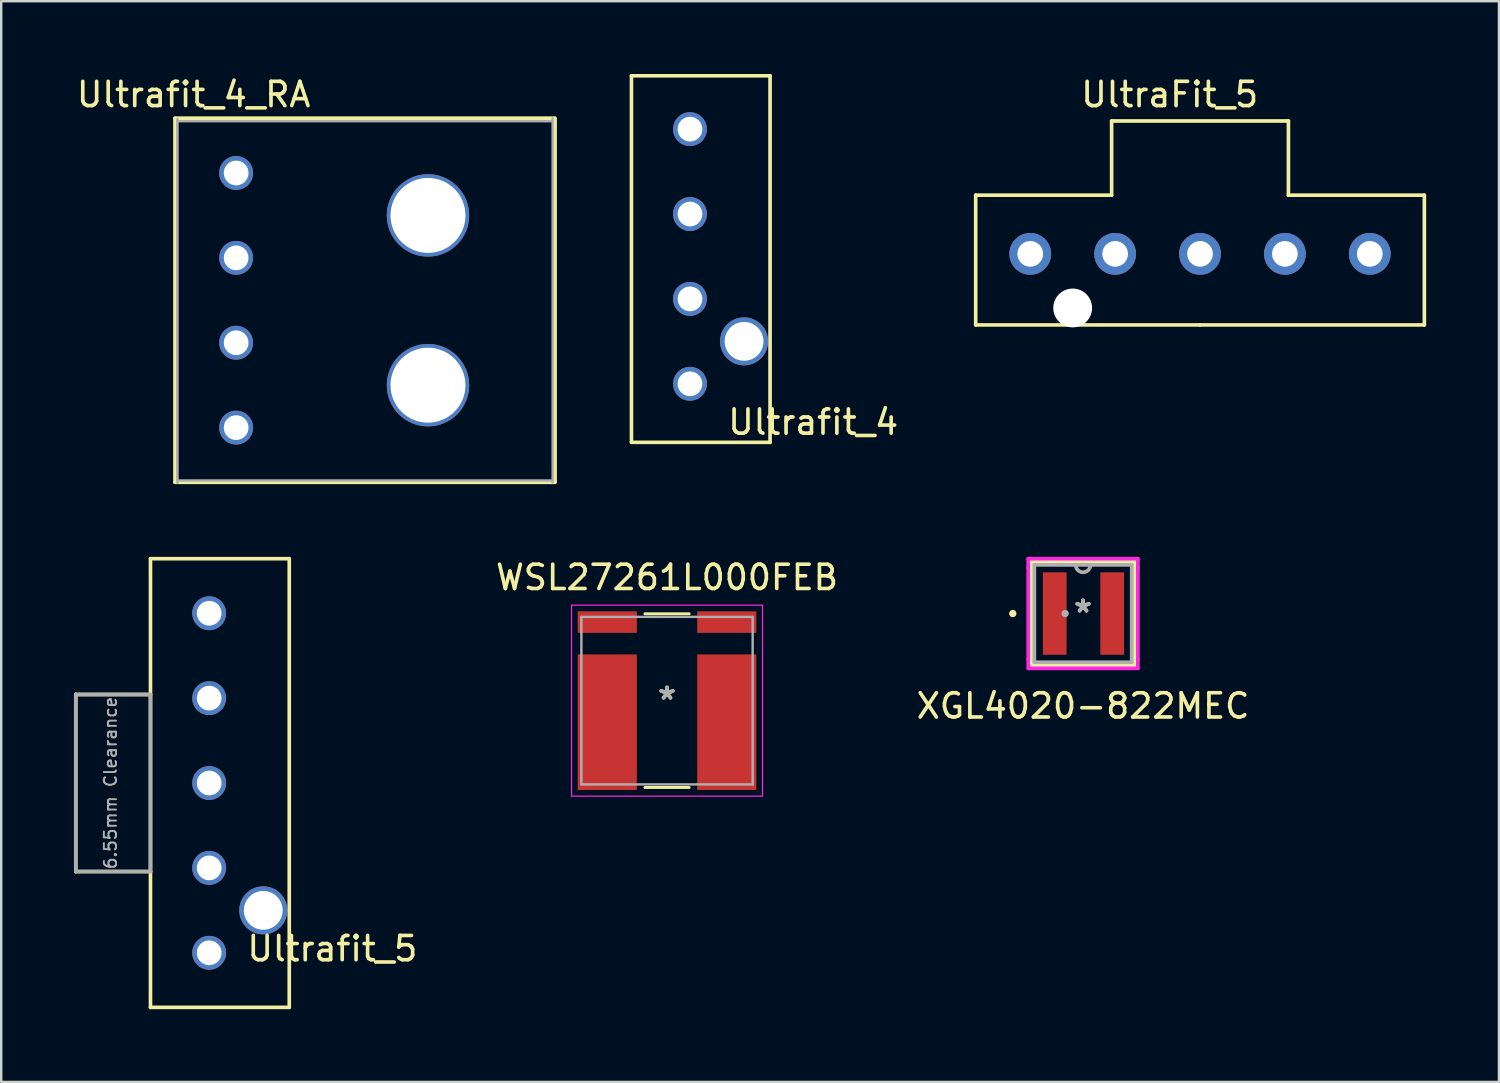
<source format=kicad_pcb>
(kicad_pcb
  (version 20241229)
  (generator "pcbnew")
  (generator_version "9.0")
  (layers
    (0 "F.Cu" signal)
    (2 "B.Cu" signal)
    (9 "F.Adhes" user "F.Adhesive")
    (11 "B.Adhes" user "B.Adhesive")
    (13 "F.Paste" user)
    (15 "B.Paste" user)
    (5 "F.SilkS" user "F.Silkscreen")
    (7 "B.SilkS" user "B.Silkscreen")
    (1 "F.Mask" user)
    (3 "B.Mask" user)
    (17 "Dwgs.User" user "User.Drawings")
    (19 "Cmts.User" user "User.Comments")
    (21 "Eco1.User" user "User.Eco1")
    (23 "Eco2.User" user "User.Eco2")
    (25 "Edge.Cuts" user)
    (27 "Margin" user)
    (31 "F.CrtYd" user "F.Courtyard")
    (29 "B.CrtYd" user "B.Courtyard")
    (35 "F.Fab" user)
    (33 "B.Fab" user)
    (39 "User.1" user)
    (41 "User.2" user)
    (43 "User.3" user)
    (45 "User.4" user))
  (footprint "UltraFit_5"
    (layer "F.Cu")
    (at 46.43 10.348)
    (property "Reference" "UltraFit_5" (at -1.25 -9.5 180) (layer "F.SilkS") (effects (font (size 1 1) (thickness 0.15))))
    (attr through_hole)
    (fp_line (start -9.25 -5.35) (end -3.645 -5.35) (stroke (width 0.15) (type solid)) (layer "F.SilkS"))
    (fp_line (start -9.25 0) (end -9.25 -5.35) (stroke (width 0.15) (type solid)) (layer "F.SilkS"))
    (fp_line (start -3.645 -5.35) (end -3.645 -8.41) (stroke (width 0.15) (type solid)) (layer "F.SilkS"))
    (fp_line (start 0 0) (end -9.25 0) (stroke (width 0.15) (type solid)) (layer "F.SilkS"))
    (fp_line (start 0 0) (end 9.25 0) (stroke (width 0.15) (type solid)) (layer "F.SilkS"))
    (fp_line (start 3.645 -8.41) (end -3.645 -8.41) (stroke (width 0.15) (type solid)) (layer "F.SilkS"))
    (fp_line (start 3.645 -5.35) (end 3.645 -8.41) (stroke (width 0.15) (type solid)) (layer "F.SilkS"))
    (fp_line (start 9.25 -5.35) (end 3.645 -5.35) (stroke (width 0.15) (type solid)) (layer "F.SilkS"))
    (fp_line (start 9.25 0) (end 9.25 -5.35) (stroke (width 0.15) (type solid)) (layer "F.SilkS"))
    (pad "" np_thru_hole circle (at -5.25 -0.7) (size 1.6 1.6) (drill 1.6) (layers "*.Cu" "*.Mask"))
    (pad "1" thru_hole circle (at -7 -2.93) (size 1.724 1.724) (drill 1.06) (layers "*.Cu" "*.Mask"))
    (pad "2" thru_hole circle (at -3.5 -2.93) (size 1.724 1.724) (drill 1.06) (layers "*.Cu" "*.Mask"))
    (pad "3" thru_hole circle (at 0 -2.93) (size 1.724 1.724) (drill 1.06) (layers "*.Cu" "*.Mask"))
    (pad "4" thru_hole circle (at 3.5 -2.93) (size 1.724 1.724) (drill 1.06) (layers "*.Cu" "*.Mask"))
    (pad "5" thru_hole circle (at 7 -2.93) (size 1.724 1.724) (drill 1.06) (layers "*.Cu" "*.Mask")))
  (footprint "Ultrafit_4_RA"
    (layer "F.Cu")
    (at 6.687 9.332)
    (property "Reference" "Ultrafit_4_RA" (at -1.753 -8.484 0) (layer "F.SilkS") (effects (font (size 1 1) (thickness 0.15))))
    (attr through_hole)
    (fp_line (start -2.525 -7.509) (end 13.135 -7.509) (stroke (width 0.15) (type solid)) (layer "F.SilkS"))
    (fp_line (start -2.525 7.504) (end 13.135 7.504) (stroke (width 0.15) (type solid)) (layer "F.SilkS"))
    (fp_line (start -2.522 7.5) (end -2.522 -7.5) (stroke (width 0.15) (type solid)) (layer "F.SilkS"))
    (fp_line (start 13.15 7.5) (end 13.15 -7.5) (stroke (width 0.15) (type solid)) (layer "F.SilkS"))
    (fp_line (start -2.419 7.525) (end -2.419 -7.475) (stroke (width 0.1) (type solid)) (layer "F.Fab"))
    (fp_line (start -2.4 7.43) (end 13.05 7.43) (stroke (width 0.1) (type solid)) (layer "F.Fab"))
    (fp_line (start 13.05 -7.384) (end -2.4 -7.384) (stroke (width 0.1) (type solid)) (layer "F.Fab"))
    (fp_line (start 13.05 7.5) (end 13.05 -7.5) (stroke (width 0.1) (type solid)) (layer "F.Fab"))
    (pad "" thru_hole circle (at 7.91 -3.5) (size 3.4 3.4) (drill 3.09) (layers "*.Cu" "*.Mask"))
    (pad "" thru_hole circle (at 7.91 3.5) (size 3.4 3.4) (drill 3.09) (layers "*.Cu" "*.Mask"))
    (pad "1" thru_hole circle (at 0 -5.25) (size 1.397 1.397) (drill 1.02) (layers "*.Cu" "*.Mask"))
    (pad "2" thru_hole circle (at 0 -1.75) (size 1.397 1.397) (drill 1.02) (layers "*.Cu" "*.Mask"))
    (pad "3" thru_hole circle (at 0 1.75) (size 1.397 1.397) (drill 1.02) (layers "*.Cu" "*.Mask"))
    (pad "4" thru_hole circle (at 0 5.25) (size 1.397 1.397) (drill 1.02) (layers "*.Cu" "*.Mask")))
  (footprint "WSL27261L000FEB"
    (layer "F.Cu")
    (at 24.453 25.839)
    (property "Reference" "WSL27261L000FEB" (at 0 -5.08 0) (layer "F.SilkS") (effects (font (size 1 1) (thickness 0.15))))
    (attr through_hole)
    (fp_line (start -0.912 3.581) (end 0.912 3.581) (stroke (width 0.12) (type solid)) (layer "F.SilkS"))
    (fp_line (start 0.912 -3.581) (end -0.912 -3.581) (stroke (width 0.12) (type solid)) (layer "F.SilkS"))
    (fp_line (start -3.937 -3.937) (end 3.937 -3.937) (stroke (width 0.05) (type solid)) (layer "F.CrtYd"))
    (fp_line (start -3.937 3.937) (end -3.937 -3.937) (stroke (width 0.05) (type solid)) (layer "F.CrtYd"))
    (fp_line (start 3.937 -3.937) (end 3.937 3.937) (stroke (width 0.05) (type solid)) (layer "F.CrtYd"))
    (fp_line (start 3.937 3.937) (end -3.937 3.937) (stroke (width 0.05) (type solid)) (layer "F.CrtYd"))
    (fp_line (start -3.531 -3.454) (end -3.531 3.454) (stroke (width 0.1) (type solid)) (layer "F.Fab"))
    (fp_line (start -3.531 3.454) (end 3.531 3.454) (stroke (width 0.1) (type solid)) (layer "F.Fab"))
    (fp_line (start 3.531 -3.454) (end -3.531 -3.454) (stroke (width 0.1) (type solid)) (layer "F.Fab"))
    (fp_line (start 3.531 3.454) (end 3.531 -3.454) (stroke (width 0.1) (type solid)) (layer "F.Fab"))
    (fp_text user "*" (at 0 0 0) (layer "F.SilkS") (effects (font (size 1 1) (thickness 0.15))))
    (fp_text user "Copyright 2021 Accelerated Designs. All rights reserved." (at 0 0 0) (layer "Cmts.User") (effects (font (size 0.127 0.127) (thickness 0.002))))
    (fp_text user "*" (at 0 0 0) (layer "F.Fab") (effects (font (size 1 1) (thickness 0.15))))
    (pad "1" smd rect (at -2.464 0.889) (size 2.438 5.588) (layers "F.Cu" "F.Mask" "F.Paste"))
    (pad "2" smd rect (at -2.464 -3.239) (size 2.438 0.889) (layers "F.Cu" "F.Mask" "F.Paste"))
    (pad "3" smd rect (at 2.464 -3.239) (size 2.438 0.889) (layers "F.Cu" "F.Mask" "F.Paste"))
    (pad "4" smd rect (at 2.464 0.889) (size 2.438 5.588) (layers "F.Cu" "F.Mask" "F.Paste")))
  (footprint "Ultrafit_5"
    (layer "F.Cu")
    (at 5.575 29.236)
    (property "Reference" "Ultrafit_5" (at 5.08 6.83 0) (layer "F.SilkS") (effects (font (size 1 1) (thickness 0.15))))
    (attr through_hole)
    (fp_line (start -5.5 -3.65) (end -2.42 -3.65) (stroke (width 0.15) (type solid)) (layer "F.SilkS"))
    (fp_line (start -5.5 3.65) (end -5.5 -3.65) (stroke (width 0.15) (type solid)) (layer "F.SilkS"))
    (fp_line (start -5.5 3.65) (end -2.42 3.65) (stroke (width 0.15) (type solid)) (layer "F.SilkS"))
    (fp_line (start -2.42 -9.25) (end 3.302 -9.25) (stroke (width 0.15) (type solid)) (layer "F.SilkS"))
    (fp_line (start -2.42 9.25) (end -2.42 -9.25) (stroke (width 0.15) (type solid)) (layer "F.SilkS"))
    (fp_line (start -2.42 9.25) (end 3.302 9.25) (stroke (width 0.15) (type solid)) (layer "F.SilkS"))
    (fp_line (start 3.302 9.25) (end 3.302 -9.25) (stroke (width 0.15) (type solid)) (layer "F.SilkS"))
    (fp_line (start -5.5 -3.65) (end -2.42 -3.65) (stroke (width 0.15) (type solid)) (layer "F.Fab"))
    (fp_line (start -5.5 3.65) (end -5.5 -3.65) (stroke (width 0.15) (type solid)) (layer "F.Fab"))
    (fp_line (start -2.42 -3.65) (end -2.42 3.65) (stroke (width 0.15) (type solid)) (layer "F.Fab"))
    (fp_line (start -2.42 3.65) (end -5.5 3.65) (stroke (width 0.15) (type solid)) (layer "F.Fab"))
    (fp_text user "6.55mm Clearance" (at -4.07 0 90) (layer "F.Fab") (effects (font (size 0.5 0.5) (thickness 0.08))))
    (pad "" thru_hole circle (at 2.23 5.25) (size 1.981 1.981) (drill 1.6) (layers "*.Cu" "*.Mask"))
    (pad "1" thru_hole circle (at 0 7) (size 1.397 1.397) (drill 1.02) (layers "*.Cu" "*.Mask"))
    (pad "2" thru_hole circle (at 0 3.5) (size 1.397 1.397) (drill 1.02) (layers "*.Cu" "*.Mask"))
    (pad "3" thru_hole circle (at 0 0 180) (size 1.397 1.397) (drill 1.02) (layers "*.Cu" "*.Mask"))
    (pad "4" thru_hole circle (at 0 -3.5 180) (size 1.397 1.397) (drill 1.02) (layers "*.Cu" "*.Mask"))
    (pad "5" thru_hole circle (at 0 -7) (size 1.397 1.397) (drill 1.02) (layers "*.Cu" "*.Mask")))
  (footprint "XGL4020-822MEC"
    (layer "F.Cu")
    (at 41.607 22.248)
    (property "Reference" "XGL4020-822MEC" (at 0 3.81 0) (layer "F.SilkS") (effects (font (size 1 1) (thickness 0.15))))
    (attr through_hole)
    (fp_line (start -2.134 -2.134) (end -2.134 2.134) (stroke (width 0.152) (type solid)) (layer "F.SilkS"))
    (fp_line (start -2.134 2.134) (end 2.134 2.134) (stroke (width 0.152) (type solid)) (layer "F.SilkS"))
    (fp_line (start 2.134 -2.134) (end -2.134 -2.134) (stroke (width 0.152) (type solid)) (layer "F.SilkS"))
    (fp_line (start 2.134 2.134) (end 2.134 -2.134) (stroke (width 0.152) (type solid)) (layer "F.SilkS"))
    (fp_circle (center -2.897 0) (end -2.821 0) (stroke (width 0.152) (type solid)) (fill no) (layer "F.SilkS"))
    (fp_line (start -2.261 -2.261) (end 2.261 -2.261) (stroke (width 0.152) (type solid)) (layer "F.CrtYd"))
    (fp_line (start -2.261 -1.88) (end -2.261 -2.261) (stroke (width 0.152) (type solid)) (layer "F.CrtYd"))
    (fp_line (start -2.261 -1.88) (end -2.261 -1.88) (stroke (width 0.152) (type solid)) (layer "F.CrtYd"))
    (fp_line (start -2.261 1.88) (end -2.261 -1.88) (stroke (width 0.152) (type solid)) (layer "F.CrtYd"))
    (fp_line (start -2.261 1.88) (end -2.261 1.88) (stroke (width 0.152) (type solid)) (layer "F.CrtYd"))
    (fp_line (start -2.261 2.261) (end -2.261 1.88) (stroke (width 0.152) (type solid)) (layer "F.CrtYd"))
    (fp_line (start 2.261 -2.261) (end 2.261 -1.88) (stroke (width 0.152) (type solid)) (layer "F.CrtYd"))
    (fp_line (start 2.261 -1.88) (end 2.261 -1.88) (stroke (width 0.152) (type solid)) (layer "F.CrtYd"))
    (fp_line (start 2.261 -1.88) (end 2.261 1.88) (stroke (width 0.152) (type solid)) (layer "F.CrtYd"))
    (fp_line (start 2.261 1.88) (end 2.261 1.88) (stroke (width 0.152) (type solid)) (layer "F.CrtYd"))
    (fp_line (start 2.261 1.88) (end 2.261 2.261) (stroke (width 0.152) (type solid)) (layer "F.CrtYd"))
    (fp_line (start 2.261 2.261) (end -2.261 2.261) (stroke (width 0.152) (type solid)) (layer "F.CrtYd"))
    (fp_line (start -2.007 -2.007) (end -2.007 2.007) (stroke (width 0.152) (type solid)) (layer "F.Fab"))
    (fp_line (start -2.007 2.007) (end 2.007 2.007) (stroke (width 0.152) (type solid)) (layer "F.Fab"))
    (fp_line (start 2.007 -2.007) (end -2.007 -2.007) (stroke (width 0.152) (type solid)) (layer "F.Fab"))
    (fp_line (start 2.007 2.007) (end 2.007 -2.007) (stroke (width 0.152) (type solid)) (layer "F.Fab"))
    (fp_arc (start 0.3048 -2.0066) (mid 0 -1.7018) (end -0.3048 -2.0066) (stroke (width 0.1524) (type solid)) (layer "F.Fab"))
    (fp_circle (center -0.737 0) (end -0.737 0) (stroke (width 0.152) (type solid)) (fill no) (layer "F.Fab"))
    (fp_text user "*" (at 0 0 0) (layer "F.SilkS") (effects (font (size 1 1) (thickness 0.15))))
    (fp_text user "Copyright 2016 Accelerated Designs. All rights reserved." (at 0 0 0) (layer "Cmts.User") (effects (font (size 0.127 0.127) (thickness 0.002))))
    (fp_text user "*" (at 0 0 0) (layer "F.Fab") (effects (font (size 1 1) (thickness 0.15))))
    (pad "1" smd rect (at -1.168 0) (size 0.98 3.4) (layers "F.Cu" "F.Mask" "F.Paste"))
    (pad "2" smd rect (at 1.202 0) (size 0.98 3.4) (layers "F.Cu" "F.Mask" "F.Paste")))
  (footprint "Ultrafit_4"
    (layer "F.Cu")
    (at 25.4 9.275)
    (property "Reference" "Ultrafit_4" (at 5.08 5.08 0) (layer "F.SilkS") (effects (font (size 1 1) (thickness 0.15))))
    (attr through_hole)
    (fp_line (start -2.413 -9.2) (end 3.302 -9.2) (stroke (width 0.15) (type solid)) (layer "F.SilkS"))
    (fp_line (start -2.413 5.913) (end -2.413 -9.2) (stroke (width 0.15) (type solid)) (layer "F.SilkS"))
    (fp_line (start -2.413 5.913) (end 3.302 5.913) (stroke (width 0.15) (type solid)) (layer "F.SilkS"))
    (fp_line (start 3.302 5.913) (end 3.302 -9.2) (stroke (width 0.15) (type solid)) (layer "F.SilkS"))
    (pad "" thru_hole circle (at 2.23 1.75) (size 1.981 1.981) (drill 1.6) (layers "*.Cu" "*.Mask"))
    (pad "1" thru_hole circle (at 0 3.5) (size 1.397 1.397) (drill 1.02) (layers "*.Cu" "*.Mask"))
    (pad "2" thru_hole circle (at 0 0) (size 1.397 1.397) (drill 1.02) (layers "*.Cu" "*.Mask"))
    (pad "3" thru_hole circle (at 0 -3.5) (size 1.397 1.397) (drill 1.02) (layers "*.Cu" "*.Mask"))
    (pad "4" thru_hole circle (at 0 -7) (size 1.397 1.397) (drill 1.02) (layers "*.Cu" "*.Mask")))
  (gr_rect
    (start -3 -3)
    (end 58.755 41.561)
    (stroke (width 0.1) (type default))
    (fill no)
    (layer "Edge.Cuts")))
</source>
